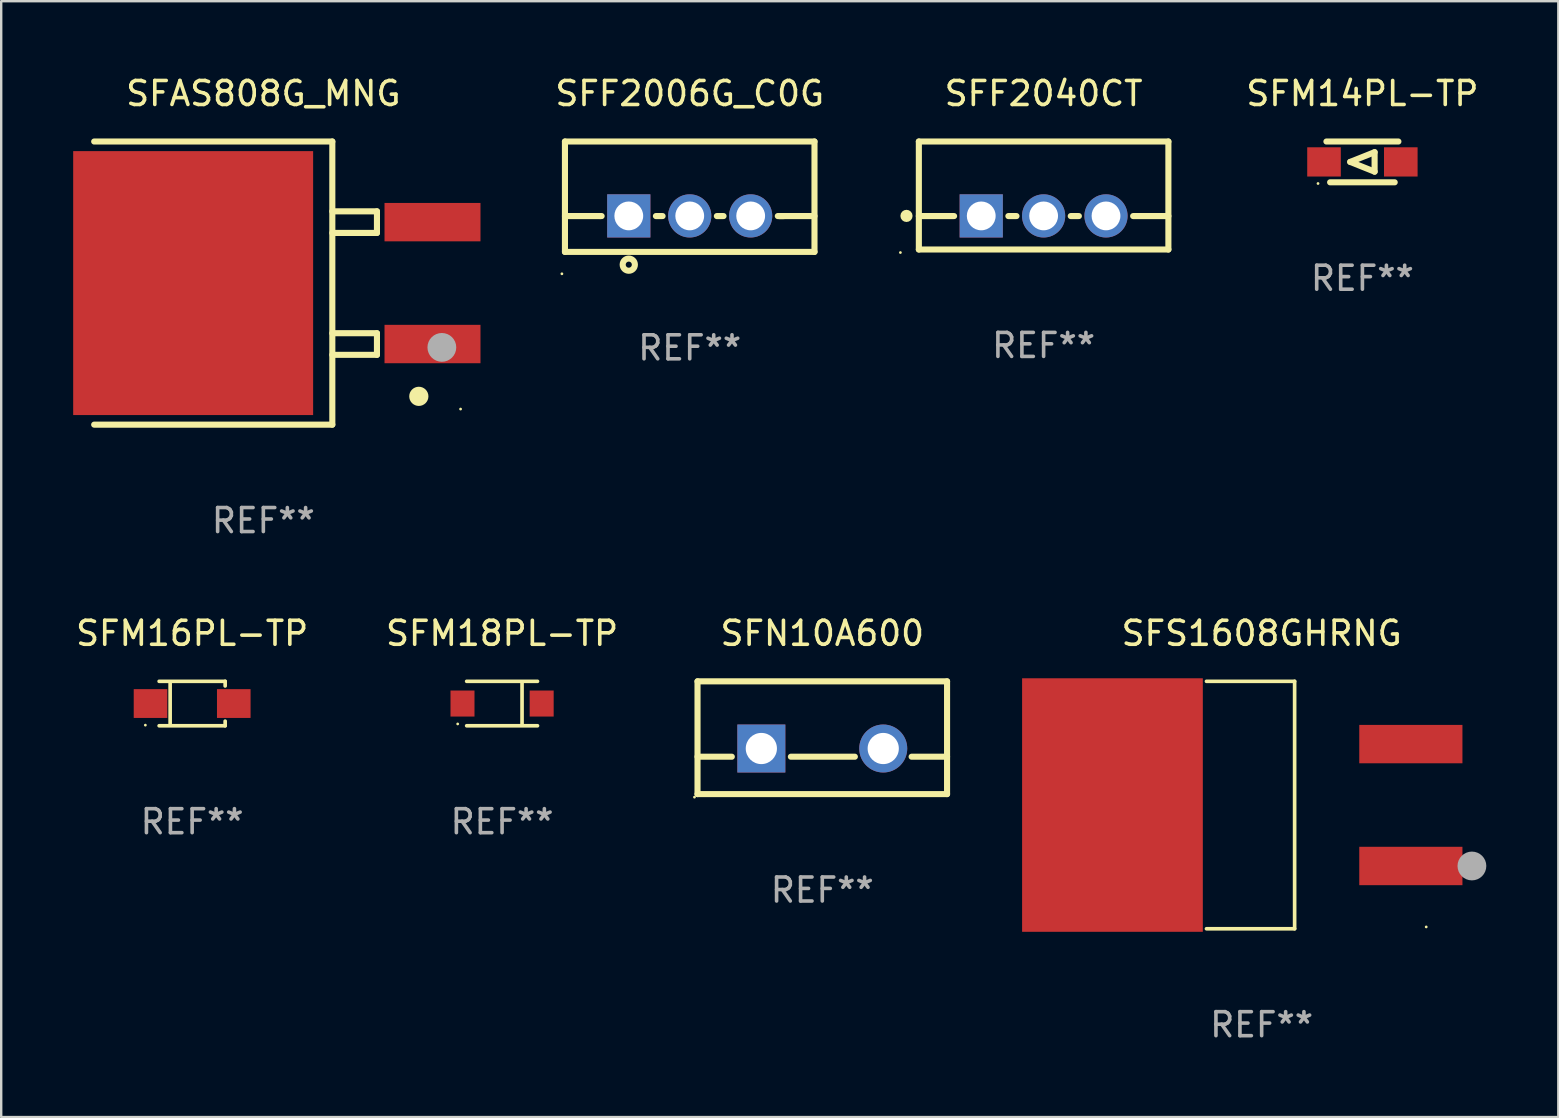
<source format=kicad_pcb>
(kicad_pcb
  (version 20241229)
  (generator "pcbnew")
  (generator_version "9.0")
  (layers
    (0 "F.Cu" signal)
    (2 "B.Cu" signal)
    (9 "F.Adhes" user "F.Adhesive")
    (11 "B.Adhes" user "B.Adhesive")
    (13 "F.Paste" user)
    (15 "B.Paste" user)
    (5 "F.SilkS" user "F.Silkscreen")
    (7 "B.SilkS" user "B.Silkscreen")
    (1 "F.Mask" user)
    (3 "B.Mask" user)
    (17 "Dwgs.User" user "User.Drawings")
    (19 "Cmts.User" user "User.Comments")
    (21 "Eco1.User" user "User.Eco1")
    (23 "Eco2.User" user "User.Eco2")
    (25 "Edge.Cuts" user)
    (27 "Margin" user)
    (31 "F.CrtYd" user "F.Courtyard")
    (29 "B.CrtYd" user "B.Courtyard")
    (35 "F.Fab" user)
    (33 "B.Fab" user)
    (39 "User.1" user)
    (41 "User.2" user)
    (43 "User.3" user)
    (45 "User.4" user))
  (footprint "SFF2040CT"
    (layer "F.Cu")
    (at 40.444 5.098)
    (property "Reference" "SFF2040CT" (at 0 -4.25 0) (layer "F.SilkS") (effects (font (size 1 1) (thickness 0.15))))
    (attr through_hole)
    (fp_line (start -5.2 -2.25) (end -5.2 2.25) (stroke (width 0.254) (type solid)) (layer "F.SilkS"))
    (fp_line (start -5.2 -2.25) (end 5.2 -2.25) (stroke (width 0.254) (type solid)) (layer "F.SilkS"))
    (fp_line (start -5.2 0.857) (end -3.731 0.857) (stroke (width 0.254) (type solid)) (layer "F.SilkS"))
    (fp_line (start -5.2 2.25) (end 5.2 2.25) (stroke (width 0.254) (type solid)) (layer "F.SilkS"))
    (fp_line (start -1.469 0.857) (end -1.131 0.857) (stroke (width 0.254) (type solid)) (layer "F.SilkS"))
    (fp_line (start 1.131 0.857) (end 1.469 0.857) (stroke (width 0.254) (type solid)) (layer "F.SilkS"))
    (fp_line (start 3.731 0.857) (end 5.2 0.857) (stroke (width 0.254) (type solid)) (layer "F.SilkS"))
    (fp_line (start 5.2 -2.25) (end 5.2 2.25) (stroke (width 0.254) (type solid)) (layer "F.SilkS"))
    (fp_circle (center -5.969 2.377) (end -5.939 2.377) (stroke (width 0.06) (type solid)) (fill no) (layer "F.SilkS"))
    (fp_circle (center -5.715 0.85) (end -5.588 0.85) (stroke (width 0.254) (type solid)) (fill no) (layer "F.SilkS"))
    (fp_text user "REF**" (at 0 6.25 0) (layer "F.Fab") (effects (font (size 1 1) (thickness 0.15))))
    (pad "1" thru_hole rect (at -2.6 0.85) (size 1.8 1.8) (drill 1.2) (layers "*.Cu" "*.Mask"))
    (pad "2" thru_hole circle (at 0 0.85) (size 1.8 1.8) (drill 1.2) (layers "*.Cu" "*.Mask"))
    (pad "3" thru_hole circle (at 2.6 0.85) (size 1.8 1.8) (drill 1.2) (layers "*.Cu" "*.Mask")))
  (footprint "SFS1608GHRNG"
    (layer "F.Cu")
    (at 49.531 30.501)
    (property "Reference" "SFS1608GHRNG" (at 0 -7.156 0) (layer "F.SilkS") (effects (font (size 1 1) (thickness 0.15))))
    (attr through_hole)
    (fp_line (start -2.3 -5.156) (end 1.374 -5.156) (stroke (width 0.152) (type solid)) (layer "F.SilkS"))
    (fp_line (start -2.3 5.156) (end 1.374 5.156) (stroke (width 0.152) (type solid)) (layer "F.SilkS"))
    (fp_line (start 1.374 5.156) (end 1.374 -5.156) (stroke (width 0.152) (type solid)) (layer "F.SilkS"))
    (fp_circle (center 6.858 5.08) (end 6.888 5.08) (stroke (width 0.06) (type solid)) (fill no) (layer "F.SilkS"))
    (fp_circle (center 8.763 2.54) (end 9.063 2.54) (stroke (width 0.6) (type solid)) (fill no) (layer "F.Fab"))
    (fp_text user "REF**" (at 0 9.156 0) (layer "F.Fab") (effects (font (size 1 1) (thickness 0.15))))
    (pad "1" smd rect (at 6.218 2.54 180) (size 4.3 1.6) (layers "F.Cu" "F.Mask" "F.Paste"))
    (pad "2" smd rect (at -6.218 0 180) (size 7.532 10.566) (layers "F.Cu" "F.Mask" "F.Paste"))
    (pad "3" smd rect (at 6.218 -2.54 180) (size 4.3 1.6) (layers "F.Cu" "F.Mask" "F.Paste")))
  (footprint "SFAS808G_MNG"
    (layer "F.Cu")
    (at 7.925 8.748)
    (property "Reference" "SFAS808G_MNG" (at 0 -7.9 0) (layer "F.SilkS") (effects (font (size 1 1) (thickness 0.15))))
    (attr through_hole)
    (fp_line (start -7.05 5.9) (end 2.875 5.9) (stroke (width 0.254) (type solid)) (layer "F.SilkS"))
    (fp_line (start 2.875 -5.9) (end -7.05 -5.9) (stroke (width 0.254) (type solid)) (layer "F.SilkS"))
    (fp_line (start 2.875 -5.9) (end 2.875 5.9) (stroke (width 0.254) (type solid)) (layer "F.SilkS"))
    (fp_line (start 2.875 -2.991) (end 4.735 -2.991) (stroke (width 0.254) (type solid)) (layer "F.SilkS"))
    (fp_line (start 2.875 2.089) (end 4.735 2.089) (stroke (width 0.254) (type solid)) (layer "F.SilkS"))
    (fp_line (start 4.735 -2.991) (end 4.735 -2.09) (stroke (width 0.254) (type solid)) (layer "F.SilkS"))
    (fp_line (start 4.735 -2.09) (end 2.875 -2.09) (stroke (width 0.254) (type solid)) (layer "F.SilkS"))
    (fp_line (start 4.735 2.089) (end 4.735 2.99) (stroke (width 0.254) (type solid)) (layer "F.SilkS"))
    (fp_line (start 4.735 2.99) (end 2.875 2.99) (stroke (width 0.254) (type solid)) (layer "F.SilkS"))
    (fp_circle (center 6.48 4.72) (end 6.68 4.72) (stroke (width 0.4) (type solid)) (fill no) (layer "F.SilkS"))
    (fp_circle (center 8.22 5.25) (end 8.25 5.25) (stroke (width 0.06) (type solid)) (fill no) (layer "F.SilkS"))
    (fp_circle (center 7.44 2.68) (end 7.74 2.68) (stroke (width 0.6) (type solid)) (fill no) (layer "F.Fab"))
    (fp_text user "REF**" (at 0 9.9 0) (layer "F.Fab") (effects (font (size 1 1) (thickness 0.15))))
    (pad "1" smd rect (at 7.05 2.54) (size 4 1.6) (layers "F.Cu" "F.Mask" "F.Paste"))
    (pad "2" smd rect (at 7.05 -2.54) (size 4 1.6) (layers "F.Cu" "F.Mask" "F.Paste"))
    (pad "3" smd rect (at -2.925 0.000102) (size 10 11) (layers "F.Cu" "F.Mask" "F.Paste")))
  (footprint "SFF2006G_C0G"
    (layer "F.Cu")
    (at 25.695 5.148)
    (property "Reference" "SFF2006G_C0G" (at 0 -4.3 0) (layer "F.SilkS") (effects (font (size 1 1) (thickness 0.15))))
    (attr through_hole)
    (fp_line (start -5.2 -2.3) (end -5.2 2.3) (stroke (width 0.254) (type solid)) (layer "F.SilkS"))
    (fp_line (start -5.2 -2.3) (end 5.2 -2.3) (stroke (width 0.254) (type solid)) (layer "F.SilkS"))
    (fp_line (start -5.2 0.807) (end -3.731 0.807) (stroke (width 0.254) (type solid)) (layer "F.SilkS"))
    (fp_line (start -5.2 2.3) (end 5.2 2.3) (stroke (width 0.254) (type solid)) (layer "F.SilkS"))
    (fp_line (start -3.731 0.807) (end -3.671 0.807) (stroke (width 0.254) (type solid)) (layer "F.SilkS"))
    (fp_line (start -1.409 0.807) (end -1.131 0.807) (stroke (width 0.254) (type solid)) (layer "F.SilkS"))
    (fp_line (start 1.131 0.807) (end 1.409 0.807) (stroke (width 0.254) (type solid)) (layer "F.SilkS"))
    (fp_line (start 3.671 0.807) (end 3.926 0.807) (stroke (width 0.254) (type solid)) (layer "F.SilkS"))
    (fp_line (start 3.731 0.807) (end 5.2 0.807) (stroke (width 0.254) (type solid)) (layer "F.SilkS"))
    (fp_line (start 5.2 -2.3) (end 5.2 2.3) (stroke (width 0.254) (type solid)) (layer "F.SilkS"))
    (fp_circle (center -5.327 3.213) (end -5.297 3.213) (stroke (width 0.06) (type solid)) (fill no) (layer "F.SilkS"))
    (fp_circle (center -2.54 2.832) (end -2.286 2.832) (stroke (width 0.254) (type solid)) (fill no) (layer "F.SilkS"))
    (fp_text user "REF**" (at 0 6.3 0) (layer "F.Fab") (effects (font (size 1 1) (thickness 0.15))))
    (pad "1" thru_hole rect (at -2.54 0.8) (size 1.8 1.8) (drill 1.2) (layers "*.Cu" "*.Mask"))
    (pad "2" thru_hole circle (at 0 0.8) (size 1.8 1.8) (drill 1.2) (layers "*.Cu" "*.Mask"))
    (pad "3" thru_hole circle (at 2.54 0.8) (size 1.8 1.8) (drill 1.2) (layers "*.Cu" "*.Mask")))
  (footprint "SFM18PL-TP"
    (layer "F.Cu")
    (at 17.875 26.271)
    (property "Reference" "SFM18PL-TP" (at 0 -2.926 0) (layer "F.SilkS") (effects (font (size 1 1) (thickness 0.15))))
    (attr through_hole)
    (fp_line (start -1.476 -0.926) (end 1.476 -0.926) (stroke (width 0.152) (type solid)) (layer "F.SilkS"))
    (fp_line (start -1.476 0.926) (end 1.476 0.926) (stroke (width 0.152) (type solid)) (layer "F.SilkS"))
    (fp_line (start 0.832 0.876) (end 0.832 -0.876) (stroke (width 0.152) (type solid)) (layer "F.SilkS"))
    (fp_circle (center -1.85 0.85) (end -1.82 0.85) (stroke (width 0.06) (type solid)) (fill no) (layer "F.SilkS"))
    (fp_text user "REF**" (at 0 4.926 0) (layer "F.Fab") (effects (font (size 1 1) (thickness 0.15))))
    (pad "1" smd rect (at -1.65 -0.000013) (size 1 1.085) (layers "F.Cu" "F.Mask" "F.Paste"))
    (pad "2" smd rect (at 1.65 -0.000013) (size 1 1.085) (layers "F.Cu" "F.Mask" "F.Paste")))
  (footprint "SFM14PL-TP"
    (layer "F.Cu")
    (at 53.73 3.698)
    (property "Reference" "SFM14PL-TP" (at 0 -2.85 0) (layer "F.SilkS") (effects (font (size 1 1) (thickness 0.15))))
    (attr through_hole)
    (fp_line (start -1.346 0.85) (end 1.346 0.85) (stroke (width 0.254) (type solid)) (layer "F.SilkS"))
    (fp_line (start -0.508 0) (end 0.508 -0.406) (stroke (width 0.254) (type solid)) (layer "F.SilkS"))
    (fp_line (start 0.508 -0.406) (end 0.508 0.406) (stroke (width 0.254) (type solid)) (layer "F.SilkS"))
    (fp_line (start 0.508 0.406) (end -0.508 0) (stroke (width 0.254) (type solid)) (layer "F.SilkS"))
    (fp_line (start 1.5 -0.85) (end -1.5 -0.85) (stroke (width 0.254) (type solid)) (layer "F.SilkS"))
    (fp_circle (center -1.85 0.9) (end -1.82 0.9) (stroke (width 0.06) (type solid)) (fill no) (layer "F.SilkS"))
    (fp_text user "REF**" (at 0 4.85 0) (layer "F.Fab") (effects (font (size 1 1) (thickness 0.15))))
    (pad "1" smd rect (at -1.6 0) (size 1.4 1.219) (layers "F.Cu" "F.Mask" "F.Paste"))
    (pad "2" smd rect (at 1.6 0) (size 1.4 1.219) (layers "F.Cu" "F.Mask" "F.Paste")))
  (footprint "SFM16PL-TP"
    (layer "F.Cu")
    (at 4.958 26.271)
    (property "Reference" "SFM16PL-TP" (at 0 -2.926 0) (layer "F.SilkS") (effects (font (size 1 1) (thickness 0.15))))
    (attr through_hole)
    (fp_line (start -1.376 -0.926) (end 1.376 -0.926) (stroke (width 0.152) (type solid)) (layer "F.SilkS"))
    (fp_line (start -1.376 0.926) (end 1.376 0.926) (stroke (width 0.152) (type solid)) (layer "F.SilkS"))
    (fp_line (start -0.917 -0.876) (end -0.917 0.876) (stroke (width 0.152) (type solid)) (layer "F.SilkS"))
    (fp_line (start 1.376 -0.926) (end 1.376 -0.733) (stroke (width 0.152) (type solid)) (layer "F.SilkS"))
    (fp_line (start 1.376 0.926) (end 1.376 0.733) (stroke (width 0.152) (type solid)) (layer "F.SilkS"))
    (fp_circle (center -1.95 0.9) (end -1.92 0.9) (stroke (width 0.06) (type solid)) (fill no) (layer "F.SilkS"))
    (fp_text user "REF**" (at 0 4.926 0) (layer "F.Fab") (effects (font (size 1 1) (thickness 0.15))))
    (pad "1" smd rect (at -1.735 0) (size 1.4 1.2) (layers "F.Cu" "F.Mask" "F.Paste"))
    (pad "2" smd rect (at 1.735 0) (size 1.4 1.2) (layers "F.Cu" "F.Mask" "F.Paste")))
  (footprint "SFN10A600"
    (layer "F.Cu")
    (at 31.22 27.695)
    (property "Reference" "SFN10A600" (at 0 -4.35 0) (layer "F.SilkS") (effects (font (size 1 1) (thickness 0.15))))
    (attr through_hole)
    (fp_line (start -5.2 -2.35) (end -5.2 2.35) (stroke (width 0.254) (type solid)) (layer "F.SilkS"))
    (fp_line (start -5.2 -2.35) (end 5.2 -2.35) (stroke (width 0.254) (type solid)) (layer "F.SilkS"))
    (fp_line (start -5.2 0.792) (end -3.771 0.792) (stroke (width 0.254) (type solid)) (layer "F.SilkS"))
    (fp_line (start -5.2 2.35) (end 5.2 2.35) (stroke (width 0.254) (type solid)) (layer "F.SilkS"))
    (fp_line (start -1.309 0.792) (end 1.357 0.792) (stroke (width 0.254) (type solid)) (layer "F.SilkS"))
    (fp_line (start 3.723 0.792) (end 5.2 0.792) (stroke (width 0.254) (type solid)) (layer "F.SilkS"))
    (fp_line (start 5.2 -2.35) (end 5.2 2.35) (stroke (width 0.254) (type solid)) (layer "F.SilkS"))
    (fp_circle (center -5.327 2.477) (end -5.297 2.477) (stroke (width 0.06) (type solid)) (fill no) (layer "F.SilkS"))
    (fp_text user "REF**" (at 0 6.35 0) (layer "F.Fab") (effects (font (size 1 1) (thickness 0.15))))
    (pad "1" thru_hole rect (at -2.54 0.45) (size 2 2) (drill 1.3) (layers "*.Cu" "*.Mask"))
    (pad "2" thru_hole circle (at 2.54 0.45) (size 2 2) (drill 1.3) (layers "*.Cu" "*.Mask")))
  (gr_rect
    (start -3 -3)
    (end 61.895 43.505)
    (stroke (width 0.1) (type default))
    (fill no)
    (layer "Edge.Cuts")))
</source>
